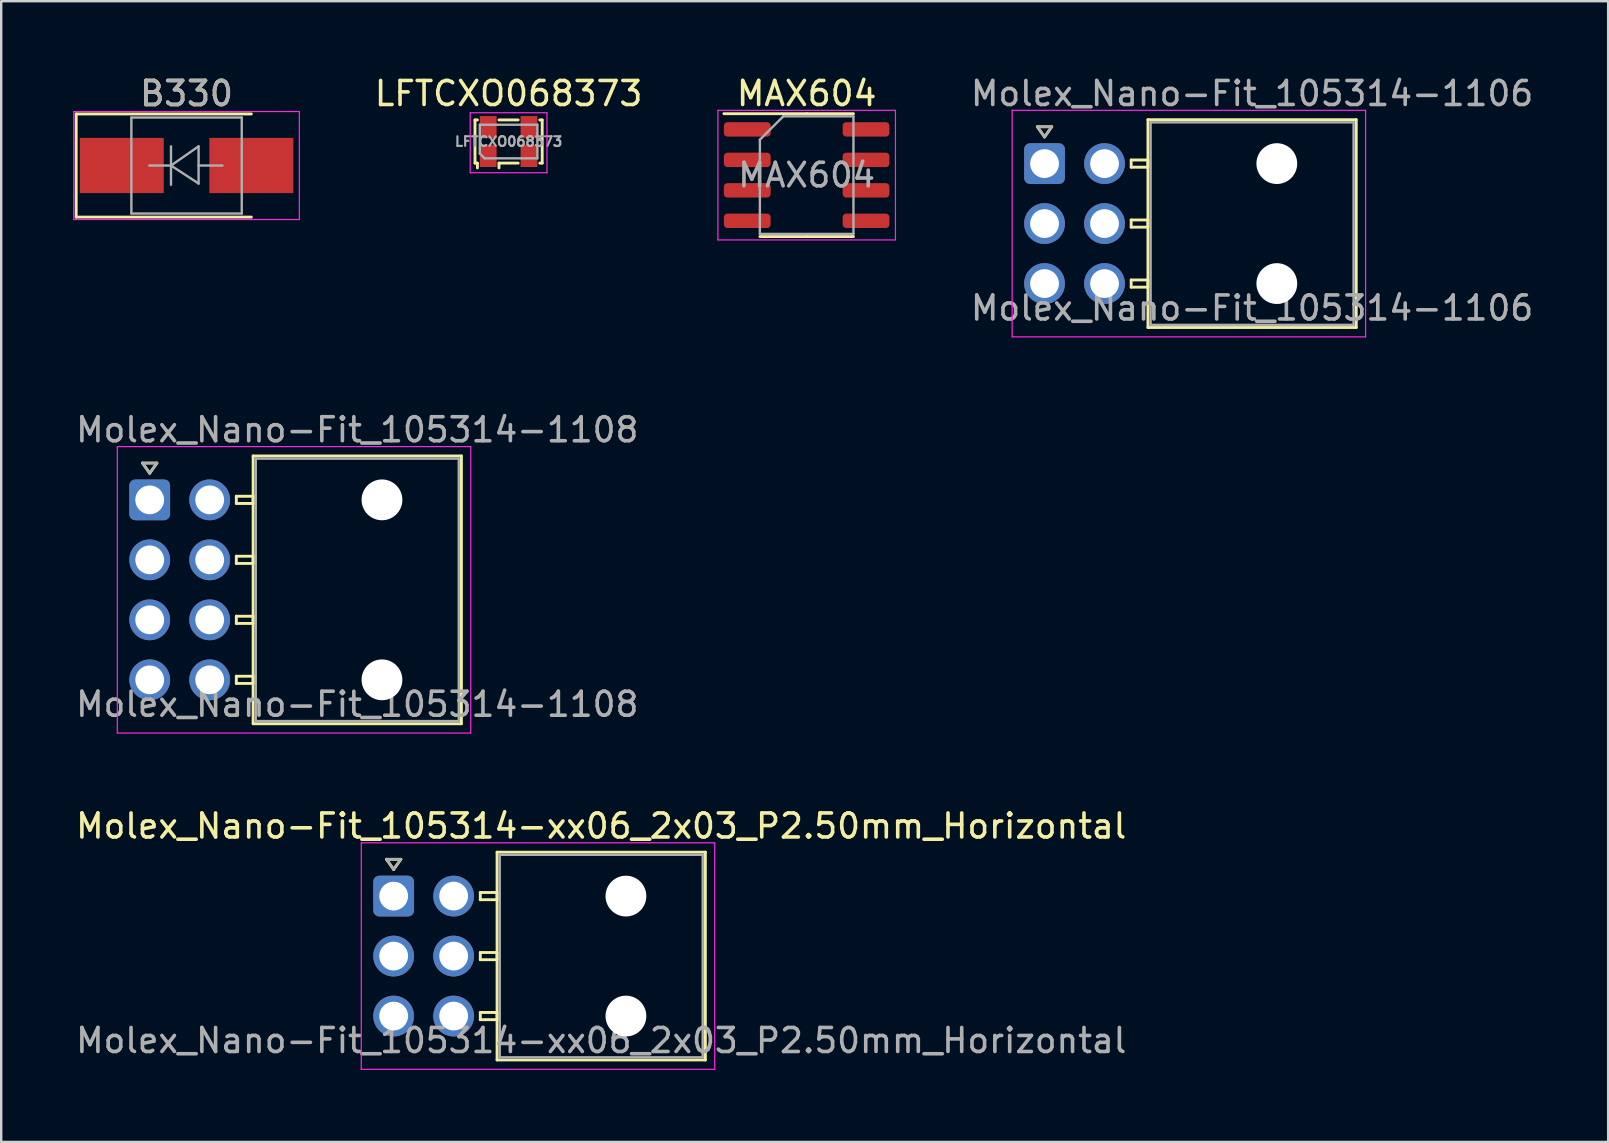
<source format=kicad_pcb>
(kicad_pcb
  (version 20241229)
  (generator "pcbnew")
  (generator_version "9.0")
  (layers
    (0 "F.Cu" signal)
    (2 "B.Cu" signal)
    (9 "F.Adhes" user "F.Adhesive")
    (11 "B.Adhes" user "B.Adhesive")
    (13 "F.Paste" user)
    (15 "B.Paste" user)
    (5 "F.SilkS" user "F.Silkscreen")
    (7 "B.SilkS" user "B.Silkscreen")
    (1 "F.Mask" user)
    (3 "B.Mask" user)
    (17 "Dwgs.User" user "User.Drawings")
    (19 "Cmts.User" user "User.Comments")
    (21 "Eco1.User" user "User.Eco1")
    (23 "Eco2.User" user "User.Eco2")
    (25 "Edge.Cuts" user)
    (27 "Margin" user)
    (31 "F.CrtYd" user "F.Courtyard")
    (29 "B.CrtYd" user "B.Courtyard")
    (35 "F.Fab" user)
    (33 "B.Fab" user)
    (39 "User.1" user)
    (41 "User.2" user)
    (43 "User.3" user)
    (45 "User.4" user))
  (footprint "Molex_Nano-Fit_105314-1108"
    (layer "F.Cu")
    (at 3.189 17.782)
    (property "Reference" "Molex_Nano-Fit_105314-1108" (at 8.65 -2.92 0) (layer "F.Fab") (effects (font (size 1 1) (thickness 0.15))))
    (attr through_hole)
    (fp_line (start -0.3 -1.534) (end 0 -1.11) (stroke (width 0.12) (type solid)) (layer "F.SilkS"))
    (fp_line (start 0 -1.11) (end 0.3 -1.534) (stroke (width 0.12) (type solid)) (layer "F.SilkS"))
    (fp_line (start 0.3 -1.534) (end -0.3 -1.534) (stroke (width 0.12) (type solid)) (layer "F.SilkS"))
    (fp_line (start 3.61 -0.15) (end 3.61 0.15) (stroke (width 0.12) (type solid)) (layer "F.SilkS"))
    (fp_line (start 3.61 0.15) (end 4.31 0.15) (stroke (width 0.12) (type solid)) (layer "F.SilkS"))
    (fp_line (start 3.61 2.35) (end 3.61 2.65) (stroke (width 0.12) (type solid)) (layer "F.SilkS"))
    (fp_line (start 3.61 2.65) (end 4.31 2.65) (stroke (width 0.12) (type solid)) (layer "F.SilkS"))
    (fp_line (start 3.61 4.85) (end 3.61 5.15) (stroke (width 0.12) (type solid)) (layer "F.SilkS"))
    (fp_line (start 3.61 5.15) (end 4.31 5.15) (stroke (width 0.12) (type solid)) (layer "F.SilkS"))
    (fp_line (start 3.61 7.35) (end 3.61 7.65) (stroke (width 0.12) (type solid)) (layer "F.SilkS"))
    (fp_line (start 3.61 7.65) (end 4.31 7.65) (stroke (width 0.12) (type solid)) (layer "F.SilkS"))
    (fp_line (start 4.31 -1.83) (end 4.31 9.33) (stroke (width 0.12) (type solid)) (layer "F.SilkS"))
    (fp_line (start 4.31 -0.15) (end 3.61 -0.15) (stroke (width 0.12) (type solid)) (layer "F.SilkS"))
    (fp_line (start 4.31 0.15) (end 4.31 -0.15) (stroke (width 0.12) (type solid)) (layer "F.SilkS"))
    (fp_line (start 4.31 2.35) (end 3.61 2.35) (stroke (width 0.12) (type solid)) (layer "F.SilkS"))
    (fp_line (start 4.31 2.65) (end 4.31 2.35) (stroke (width 0.12) (type solid)) (layer "F.SilkS"))
    (fp_line (start 4.31 4.85) (end 3.61 4.85) (stroke (width 0.12) (type solid)) (layer "F.SilkS"))
    (fp_line (start 4.31 5.15) (end 4.31 4.85) (stroke (width 0.12) (type solid)) (layer "F.SilkS"))
    (fp_line (start 4.31 7.35) (end 3.61 7.35) (stroke (width 0.12) (type solid)) (layer "F.SilkS"))
    (fp_line (start 4.31 7.65) (end 4.31 7.35) (stroke (width 0.12) (type solid)) (layer "F.SilkS"))
    (fp_line (start 4.31 9.33) (end 12.99 9.33) (stroke (width 0.12) (type solid)) (layer "F.SilkS"))
    (fp_line (start 12.99 -1.83) (end 4.31 -1.83) (stroke (width 0.12) (type solid)) (layer "F.SilkS"))
    (fp_line (start 12.99 9.33) (end 12.99 -1.83) (stroke (width 0.12) (type solid)) (layer "F.SilkS"))
    (fp_line (start -1.35 -2.22) (end -1.35 9.72) (stroke (width 0.05) (type solid)) (layer "F.CrtYd"))
    (fp_line (start -1.35 9.72) (end 13.38 9.72) (stroke (width 0.05) (type solid)) (layer "F.CrtYd"))
    (fp_line (start 13.38 -2.22) (end -1.35 -2.22) (stroke (width 0.05) (type solid)) (layer "F.CrtYd"))
    (fp_line (start 13.38 9.72) (end 13.38 -2.22) (stroke (width 0.05) (type solid)) (layer "F.CrtYd"))
    (fp_line (start -0.3 -1.534) (end 0 -1.11) (stroke (width 0.1) (type solid)) (layer "F.Fab"))
    (fp_line (start 0 -1.11) (end 0.3 -1.534) (stroke (width 0.1) (type solid)) (layer "F.Fab"))
    (fp_line (start 0.3 -1.534) (end -0.3 -1.534) (stroke (width 0.1) (type solid)) (layer "F.Fab"))
    (fp_line (start 4.42 -1.72) (end 4.42 9.22) (stroke (width 0.1) (type solid)) (layer "F.Fab"))
    (fp_line (start 4.42 9.22) (end 12.88 9.22) (stroke (width 0.1) (type solid)) (layer "F.Fab"))
    (fp_line (start 12.88 -1.72) (end 4.42 -1.72) (stroke (width 0.1) (type solid)) (layer "F.Fab"))
    (fp_line (start 12.88 9.22) (end 12.88 -1.72) (stroke (width 0.1) (type solid)) (layer "F.Fab"))
    (fp_text user "${REFERENCE}" (at 8.65 8.52 0) (layer "F.Fab") (effects (font (size 1 1) (thickness 0.15))))
    (pad "" np_thru_hole circle (at 9.68 0) (size 1.7 1.7) (drill 1.7) (layers "*.Cu" "*.Mask"))
    (pad "" np_thru_hole circle (at 9.68 7.5) (size 1.7 1.7) (drill 1.7) (layers "*.Cu" "*.Mask"))
    (pad "1" thru_hole roundrect (at 0 0) (size 1.7 1.7) (drill 1.2) (layers "*.Cu" "*.Mask") (roundrect_rratio 0.147))
    (pad "2" thru_hole circle (at 2.5 0) (size 1.7 1.7) (drill 1.2) (layers "*.Cu" "*.Mask"))
    (pad "3" thru_hole circle (at 0 2.5) (size 1.7 1.7) (drill 1.2) (layers "*.Cu" "*.Mask"))
    (pad "4" thru_hole circle (at 2.5 2.5) (size 1.7 1.7) (drill 1.2) (layers "*.Cu" "*.Mask"))
    (pad "5" thru_hole circle (at 0 5) (size 1.7 1.7) (drill 1.2) (layers "*.Cu" "*.Mask"))
    (pad "6" thru_hole circle (at 2.5 5) (size 1.7 1.7) (drill 1.2) (layers "*.Cu" "*.Mask"))
    (pad "7" thru_hole circle (at 0 7.5) (size 1.7 1.7) (drill 1.2) (layers "*.Cu" "*.Mask"))
    (pad "8" thru_hole circle (at 2.5 7.5) (size 1.7 1.7) (drill 1.2) (layers "*.Cu" "*.Mask")))
  (footprint "B330"
    (layer "F.Cu")
    (at 4.725 3.848)
    (property "Reference" "B330" (at 0 -3 0) (layer "F.SilkS") (effects (font (size 1 1) (thickness 0.15))))
    (attr smd)
    (fp_line (start -4.6 -2.15) (end -4.6 2.15) (stroke (width 0.12) (type solid)) (layer "F.SilkS"))
    (fp_line (start -4.6 -2.15) (end 2.7 -2.15) (stroke (width 0.12) (type solid)) (layer "F.SilkS"))
    (fp_line (start -4.6 2.15) (end 2.7 2.15) (stroke (width 0.12) (type solid)) (layer "F.SilkS"))
    (fp_line (start -4.7 -2.25) (end 4.7 -2.25) (stroke (width 0.05) (type solid)) (layer "F.CrtYd"))
    (fp_line (start -4.7 2.25) (end -4.7 -2.25) (stroke (width 0.05) (type solid)) (layer "F.CrtYd"))
    (fp_line (start 4.7 -2.25) (end 4.7 2.25) (stroke (width 0.05) (type solid)) (layer "F.CrtYd"))
    (fp_line (start 4.7 2.25) (end -4.7 2.25) (stroke (width 0.05) (type solid)) (layer "F.CrtYd"))
    (fp_line (start -2.3 2) (end -2.3 -2) (stroke (width 0.1) (type solid)) (layer "F.Fab"))
    (fp_line (start -0.649 -0.799) (end -0.649 0.801) (stroke (width 0.1) (type solid)) (layer "F.Fab"))
    (fp_line (start -0.649 0.001) (end -1.551 0.001) (stroke (width 0.1) (type solid)) (layer "F.Fab"))
    (fp_line (start -0.649 0.001) (end 0.501 -0.799) (stroke (width 0.1) (type solid)) (layer "F.Fab"))
    (fp_line (start -0.649 0.001) (end 0.501 0.75) (stroke (width 0.1) (type solid)) (layer "F.Fab"))
    (fp_line (start 0.501 0.001) (end 1.499 0.001) (stroke (width 0.1) (type solid)) (layer "F.Fab"))
    (fp_line (start 0.501 0.75) (end 0.501 -0.799) (stroke (width 0.1) (type solid)) (layer "F.Fab"))
    (fp_line (start 2.3 -2) (end -2.3 -2) (stroke (width 0.1) (type solid)) (layer "F.Fab"))
    (fp_line (start 2.3 -2) (end 2.3 2) (stroke (width 0.1) (type solid)) (layer "F.Fab"))
    (fp_line (start 2.3 2) (end -2.3 2) (stroke (width 0.1) (type solid)) (layer "F.Fab"))
    (fp_text user "${REFERENCE}" (at 0 -3 0) (layer "F.Fab") (effects (font (size 1 1) (thickness 0.15))))
    (pad "1" smd rect (at -2.7 0) (size 3.5 2.3) (layers "F.Cu" "F.Mask" "F.Paste"))
    (pad "2" smd rect (at 2.7 0) (size 3.5 2.3) (layers "F.Cu" "F.Mask" "F.Paste")))
  (footprint "Molex_Nano-Fit_105314-xx06_2x03_P2.50mm_Horizontal"
    (layer "F.Cu")
    (at 13.356 34.295)
    (property "Reference" "Molex_Nano-Fit_105314-xx06_2x03_P2.50mm_Horizontal" (at 8.65 -2.92 0) (layer "F.SilkS") (effects (font (size 1 1) (thickness 0.15))))
    (attr through_hole)
    (fp_line (start -0.3 -1.534) (end 0 -1.11) (stroke (width 0.12) (type solid)) (layer "F.SilkS"))
    (fp_line (start 0 -1.11) (end 0.3 -1.534) (stroke (width 0.12) (type solid)) (layer "F.SilkS"))
    (fp_line (start 0.3 -1.534) (end -0.3 -1.534) (stroke (width 0.12) (type solid)) (layer "F.SilkS"))
    (fp_line (start 3.61 -0.15) (end 3.61 0.15) (stroke (width 0.12) (type solid)) (layer "F.SilkS"))
    (fp_line (start 3.61 0.15) (end 4.31 0.15) (stroke (width 0.12) (type solid)) (layer "F.SilkS"))
    (fp_line (start 3.61 2.35) (end 3.61 2.65) (stroke (width 0.12) (type solid)) (layer "F.SilkS"))
    (fp_line (start 3.61 2.65) (end 4.31 2.65) (stroke (width 0.12) (type solid)) (layer "F.SilkS"))
    (fp_line (start 3.61 4.85) (end 3.61 5.15) (stroke (width 0.12) (type solid)) (layer "F.SilkS"))
    (fp_line (start 3.61 5.15) (end 4.31 5.15) (stroke (width 0.12) (type solid)) (layer "F.SilkS"))
    (fp_line (start 4.31 -1.83) (end 4.31 6.83) (stroke (width 0.12) (type solid)) (layer "F.SilkS"))
    (fp_line (start 4.31 -0.15) (end 3.61 -0.15) (stroke (width 0.12) (type solid)) (layer "F.SilkS"))
    (fp_line (start 4.31 0.15) (end 4.31 -0.15) (stroke (width 0.12) (type solid)) (layer "F.SilkS"))
    (fp_line (start 4.31 2.35) (end 3.61 2.35) (stroke (width 0.12) (type solid)) (layer "F.SilkS"))
    (fp_line (start 4.31 2.65) (end 4.31 2.35) (stroke (width 0.12) (type solid)) (layer "F.SilkS"))
    (fp_line (start 4.31 4.85) (end 3.61 4.85) (stroke (width 0.12) (type solid)) (layer "F.SilkS"))
    (fp_line (start 4.31 5.15) (end 4.31 4.85) (stroke (width 0.12) (type solid)) (layer "F.SilkS"))
    (fp_line (start 4.31 6.83) (end 12.99 6.83) (stroke (width 0.12) (type solid)) (layer "F.SilkS"))
    (fp_line (start 12.99 -1.83) (end 4.31 -1.83) (stroke (width 0.12) (type solid)) (layer "F.SilkS"))
    (fp_line (start 12.99 6.83) (end 12.99 -1.83) (stroke (width 0.12) (type solid)) (layer "F.SilkS"))
    (fp_line (start -1.35 -2.22) (end -1.35 7.22) (stroke (width 0.05) (type solid)) (layer "F.CrtYd"))
    (fp_line (start -1.35 7.22) (end 13.38 7.22) (stroke (width 0.05) (type solid)) (layer "F.CrtYd"))
    (fp_line (start 13.38 -2.22) (end -1.35 -2.22) (stroke (width 0.05) (type solid)) (layer "F.CrtYd"))
    (fp_line (start 13.38 7.22) (end 13.38 -2.22) (stroke (width 0.05) (type solid)) (layer "F.CrtYd"))
    (fp_line (start -0.3 -1.534) (end 0 -1.11) (stroke (width 0.1) (type solid)) (layer "F.Fab"))
    (fp_line (start 0 -1.11) (end 0.3 -1.534) (stroke (width 0.1) (type solid)) (layer "F.Fab"))
    (fp_line (start 0.3 -1.534) (end -0.3 -1.534) (stroke (width 0.1) (type solid)) (layer "F.Fab"))
    (fp_line (start 4.42 -1.72) (end 4.42 6.72) (stroke (width 0.1) (type solid)) (layer "F.Fab"))
    (fp_line (start 4.42 6.72) (end 12.88 6.72) (stroke (width 0.1) (type solid)) (layer "F.Fab"))
    (fp_line (start 12.88 -1.72) (end 4.42 -1.72) (stroke (width 0.1) (type solid)) (layer "F.Fab"))
    (fp_line (start 12.88 6.72) (end 12.88 -1.72) (stroke (width 0.1) (type solid)) (layer "F.Fab"))
    (fp_text user "${REFERENCE}" (at 8.65 6.02 0) (layer "F.Fab") (effects (font (size 1 1) (thickness 0.15))))
    (pad "" np_thru_hole circle (at 9.68 0) (size 1.7 1.7) (drill 1.7) (layers "*.Cu" "*.Mask"))
    (pad "" np_thru_hole circle (at 9.68 5) (size 1.7 1.7) (drill 1.7) (layers "*.Cu" "*.Mask"))
    (pad "1" thru_hole roundrect (at 0 0) (size 1.7 1.7) (drill 1.2) (layers "*.Cu" "*.Mask") (roundrect_rratio 0.147))
    (pad "2" thru_hole circle (at 2.5 0) (size 1.7 1.7) (drill 1.2) (layers "*.Cu" "*.Mask"))
    (pad "3" thru_hole circle (at 0 2.5) (size 1.7 1.7) (drill 1.2) (layers "*.Cu" "*.Mask"))
    (pad "4" thru_hole circle (at 2.5 2.5) (size 1.7 1.7) (drill 1.2) (layers "*.Cu" "*.Mask"))
    (pad "5" thru_hole circle (at 0 5) (size 1.7 1.7) (drill 1.2) (layers "*.Cu" "*.Mask"))
    (pad "6" thru_hole circle (at 2.5 5) (size 1.7 1.7) (drill 1.2) (layers "*.Cu" "*.Mask")))
  (footprint "Molex_Nano-Fit_105314-1106"
    (layer "F.Cu")
    (at 40.482 3.768)
    (property "Reference" "Molex_Nano-Fit_105314-1106" (at 8.65 -2.92 0) (layer "F.Fab") (effects (font (size 1 1) (thickness 0.15))))
    (attr through_hole)
    (fp_line (start -0.3 -1.534) (end 0 -1.11) (stroke (width 0.12) (type solid)) (layer "F.SilkS"))
    (fp_line (start 0 -1.11) (end 0.3 -1.534) (stroke (width 0.12) (type solid)) (layer "F.SilkS"))
    (fp_line (start 0.3 -1.534) (end -0.3 -1.534) (stroke (width 0.12) (type solid)) (layer "F.SilkS"))
    (fp_line (start 3.61 -0.15) (end 3.61 0.15) (stroke (width 0.12) (type solid)) (layer "F.SilkS"))
    (fp_line (start 3.61 0.15) (end 4.31 0.15) (stroke (width 0.12) (type solid)) (layer "F.SilkS"))
    (fp_line (start 3.61 2.35) (end 3.61 2.65) (stroke (width 0.12) (type solid)) (layer "F.SilkS"))
    (fp_line (start 3.61 2.65) (end 4.31 2.65) (stroke (width 0.12) (type solid)) (layer "F.SilkS"))
    (fp_line (start 3.61 4.85) (end 3.61 5.15) (stroke (width 0.12) (type solid)) (layer "F.SilkS"))
    (fp_line (start 3.61 5.15) (end 4.31 5.15) (stroke (width 0.12) (type solid)) (layer "F.SilkS"))
    (fp_line (start 4.31 -1.83) (end 4.31 6.83) (stroke (width 0.12) (type solid)) (layer "F.SilkS"))
    (fp_line (start 4.31 -0.15) (end 3.61 -0.15) (stroke (width 0.12) (type solid)) (layer "F.SilkS"))
    (fp_line (start 4.31 0.15) (end 4.31 -0.15) (stroke (width 0.12) (type solid)) (layer "F.SilkS"))
    (fp_line (start 4.31 2.35) (end 3.61 2.35) (stroke (width 0.12) (type solid)) (layer "F.SilkS"))
    (fp_line (start 4.31 2.65) (end 4.31 2.35) (stroke (width 0.12) (type solid)) (layer "F.SilkS"))
    (fp_line (start 4.31 4.85) (end 3.61 4.85) (stroke (width 0.12) (type solid)) (layer "F.SilkS"))
    (fp_line (start 4.31 5.15) (end 4.31 4.85) (stroke (width 0.12) (type solid)) (layer "F.SilkS"))
    (fp_line (start 4.31 6.83) (end 12.99 6.83) (stroke (width 0.12) (type solid)) (layer "F.SilkS"))
    (fp_line (start 12.99 -1.83) (end 4.31 -1.83) (stroke (width 0.12) (type solid)) (layer "F.SilkS"))
    (fp_line (start 12.99 6.83) (end 12.99 -1.83) (stroke (width 0.12) (type solid)) (layer "F.SilkS"))
    (fp_line (start -1.35 -2.22) (end -1.35 7.22) (stroke (width 0.05) (type solid)) (layer "F.CrtYd"))
    (fp_line (start -1.35 7.22) (end 13.38 7.22) (stroke (width 0.05) (type solid)) (layer "F.CrtYd"))
    (fp_line (start 13.38 -2.22) (end -1.35 -2.22) (stroke (width 0.05) (type solid)) (layer "F.CrtYd"))
    (fp_line (start 13.38 7.22) (end 13.38 -2.22) (stroke (width 0.05) (type solid)) (layer "F.CrtYd"))
    (fp_line (start -0.3 -1.534) (end 0 -1.11) (stroke (width 0.1) (type solid)) (layer "F.Fab"))
    (fp_line (start 0 -1.11) (end 0.3 -1.534) (stroke (width 0.1) (type solid)) (layer "F.Fab"))
    (fp_line (start 0.3 -1.534) (end -0.3 -1.534) (stroke (width 0.1) (type solid)) (layer "F.Fab"))
    (fp_line (start 4.42 -1.72) (end 4.42 6.72) (stroke (width 0.1) (type solid)) (layer "F.Fab"))
    (fp_line (start 4.42 6.72) (end 12.88 6.72) (stroke (width 0.1) (type solid)) (layer "F.Fab"))
    (fp_line (start 12.88 -1.72) (end 4.42 -1.72) (stroke (width 0.1) (type solid)) (layer "F.Fab"))
    (fp_line (start 12.88 6.72) (end 12.88 -1.72) (stroke (width 0.1) (type solid)) (layer "F.Fab"))
    (fp_text user "${REFERENCE}" (at 8.65 6.02 0) (layer "F.Fab") (effects (font (size 1 1) (thickness 0.15))))
    (pad "" np_thru_hole circle (at 9.68 0) (size 1.7 1.7) (drill 1.7) (layers "*.Cu" "*.Mask"))
    (pad "" np_thru_hole circle (at 9.68 5) (size 1.7 1.7) (drill 1.7) (layers "*.Cu" "*.Mask"))
    (pad "1" thru_hole roundrect (at 0 0) (size 1.7 1.7) (drill 1.2) (layers "*.Cu" "*.Mask") (roundrect_rratio 0.147))
    (pad "2" thru_hole circle (at 2.5 0) (size 1.7 1.7) (drill 1.2) (layers "*.Cu" "*.Mask"))
    (pad "3" thru_hole circle (at 0 2.5) (size 1.7 1.7) (drill 1.2) (layers "*.Cu" "*.Mask"))
    (pad "4" thru_hole circle (at 2.5 2.5) (size 1.7 1.7) (drill 1.2) (layers "*.Cu" "*.Mask"))
    (pad "5" thru_hole circle (at 0 5) (size 1.7 1.7) (drill 1.2) (layers "*.Cu" "*.Mask"))
    (pad "6" thru_hole circle (at 2.5 5) (size 1.7 1.7) (drill 1.2) (layers "*.Cu" "*.Mask")))
  (footprint "LFTCXO068373"
    (layer "F.Cu")
    (at 18.146 2.848)
    (property "Reference" "LFTCXO068373" (at 0 -2 0) (layer "F.SilkS") (effects (font (size 1 1) (thickness 0.15))))
    (attr smd)
    (fp_line (start -1.4 -0.9) (end -1.3 -0.9) (stroke (width 0.12) (type solid)) (layer "F.SilkS"))
    (fp_line (start -1.4 0.9) (end -1.4 -0.9) (stroke (width 0.12) (type solid)) (layer "F.SilkS"))
    (fp_line (start -1.4 0.9) (end -1.3 0.9) (stroke (width 0.12) (type solid)) (layer "F.SilkS"))
    (fp_line (start -1.3 0.9) (end -1.3 1.1) (stroke (width 0.12) (type solid)) (layer "F.SilkS"))
    (fp_line (start -0.4 -0.9) (end 0.4 -0.9) (stroke (width 0.12) (type solid)) (layer "F.SilkS"))
    (fp_line (start -0.4 0.9) (end -0.4 1.1) (stroke (width 0.12) (type solid)) (layer "F.SilkS"))
    (fp_line (start -0.4 0.9) (end 0.4 0.9) (stroke (width 0.12) (type solid)) (layer "F.SilkS"))
    (fp_line (start 1.3 -0.9) (end 1.4 -0.9) (stroke (width 0.12) (type solid)) (layer "F.SilkS"))
    (fp_line (start 1.3 0.9) (end 1.4 0.9) (stroke (width 0.12) (type solid)) (layer "F.SilkS"))
    (fp_line (start 1.4 0.9) (end 1.4 -0.9) (stroke (width 0.12) (type solid)) (layer "F.SilkS"))
    (fp_line (start -1.6 -1.2) (end -1.6 1.3) (stroke (width 0.05) (type solid)) (layer "F.CrtYd"))
    (fp_line (start -1.6 1.3) (end 1.6 1.3) (stroke (width 0.05) (type solid)) (layer "F.CrtYd"))
    (fp_line (start 1.6 -1.2) (end -1.6 -1.2) (stroke (width 0.05) (type solid)) (layer "F.CrtYd"))
    (fp_line (start 1.6 1.3) (end 1.6 -1.2) (stroke (width 0.05) (type solid)) (layer "F.CrtYd"))
    (fp_line (start -1.2 -0.7) (end 1.2 -0.7) (stroke (width 0.1) (type solid)) (layer "F.Fab"))
    (fp_line (start -1.2 0.5) (end -1.2 -0.7) (stroke (width 0.1) (type solid)) (layer "F.Fab"))
    (fp_line (start -1 0.7) (end -1.2 0.5) (stroke (width 0.1) (type solid)) (layer "F.Fab"))
    (fp_line (start 1.2 -0.7) (end 1.2 0.7) (stroke (width 0.1) (type solid)) (layer "F.Fab"))
    (fp_line (start 1.2 0.7) (end -1 0.7) (stroke (width 0.1) (type solid)) (layer "F.Fab"))
    (fp_text user "${REFERENCE}" (at 0 0 0) (layer "F.Fab") (effects (font (size 0.4 0.4) (thickness 0.09))))
    (pad "1" smd rect (at -0.85 0.6) (size 0.7 0.925) (layers "F.Cu" "F.Mask" "F.Paste"))
    (pad "2" smd rect (at 0.85 0.6) (size 0.7 0.925) (layers "F.Cu" "F.Mask" "F.Paste"))
    (pad "3" smd rect (at 0.85 -0.6) (size 0.7 0.925) (layers "F.Cu" "F.Mask" "F.Paste"))
    (pad "4" smd rect (at -0.85 -0.6) (size 0.7 0.925) (layers "F.Cu" "F.Mask" "F.Paste")))
  (footprint "MAX604"
    (layer "F.Cu")
    (at 30.568 4.248)
    (property "Reference" "MAX604" (at 0 -3.4 0) (layer "F.SilkS") (effects (font (size 1 1) (thickness 0.15))))
    (attr smd)
    (fp_line (start 0 -2.56) (end -3.45 -2.56) (stroke (width 0.12) (type solid)) (layer "F.SilkS"))
    (fp_line (start 0 -2.56) (end 1.95 -2.56) (stroke (width 0.12) (type solid)) (layer "F.SilkS"))
    (fp_line (start 0 2.56) (end -1.95 2.56) (stroke (width 0.12) (type solid)) (layer "F.SilkS"))
    (fp_line (start 0 2.56) (end 1.95 2.56) (stroke (width 0.12) (type solid)) (layer "F.SilkS"))
    (fp_line (start -3.7 -2.7) (end -3.7 2.7) (stroke (width 0.05) (type solid)) (layer "F.CrtYd"))
    (fp_line (start -3.7 2.7) (end 3.7 2.7) (stroke (width 0.05) (type solid)) (layer "F.CrtYd"))
    (fp_line (start 3.7 -2.7) (end -3.7 -2.7) (stroke (width 0.05) (type solid)) (layer "F.CrtYd"))
    (fp_line (start 3.7 2.7) (end 3.7 -2.7) (stroke (width 0.05) (type solid)) (layer "F.CrtYd"))
    (fp_line (start -1.95 -1.475) (end -0.975 -2.45) (stroke (width 0.1) (type solid)) (layer "F.Fab"))
    (fp_line (start -1.95 2.45) (end -1.95 -1.475) (stroke (width 0.1) (type solid)) (layer "F.Fab"))
    (fp_line (start -0.975 -2.45) (end 1.95 -2.45) (stroke (width 0.1) (type solid)) (layer "F.Fab"))
    (fp_line (start 1.95 -2.45) (end 1.95 2.45) (stroke (width 0.1) (type solid)) (layer "F.Fab"))
    (fp_line (start 1.95 2.45) (end -1.95 2.45) (stroke (width 0.1) (type solid)) (layer "F.Fab"))
    (fp_text user "${REFERENCE}" (at 0 0 0) (layer "F.Fab") (effects (font (size 0.98 0.98) (thickness 0.15))))
    (pad "1" smd roundrect (at -2.475 -1.905) (size 1.95 0.6) (layers "F.Cu" "F.Mask" "F.Paste") (roundrect_rratio 0.25))
    (pad "2" smd roundrect (at -2.475 -0.635) (size 1.95 0.6) (layers "F.Cu" "F.Mask" "F.Paste") (roundrect_rratio 0.25))
    (pad "3" smd roundrect (at -2.475 0.635) (size 1.95 0.6) (layers "F.Cu" "F.Mask" "F.Paste") (roundrect_rratio 0.25))
    (pad "4" smd roundrect (at -2.475 1.905) (size 1.95 0.6) (layers "F.Cu" "F.Mask" "F.Paste") (roundrect_rratio 0.25))
    (pad "5" smd roundrect (at 2.475 1.905) (size 1.95 0.6) (layers "F.Cu" "F.Mask" "F.Paste") (roundrect_rratio 0.25))
    (pad "6" smd roundrect (at 2.475 0.635) (size 1.95 0.6) (layers "F.Cu" "F.Mask" "F.Paste") (roundrect_rratio 0.25))
    (pad "7" smd roundrect (at 2.475 -0.635) (size 1.95 0.6) (layers "F.Cu" "F.Mask" "F.Paste") (roundrect_rratio 0.25))
    (pad "8" smd roundrect (at 2.475 -1.905) (size 1.95 0.6) (layers "F.Cu" "F.Mask" "F.Paste") (roundrect_rratio 0.25)))
  (gr_rect
    (start -3 -3)
    (end 63.971 44.54)
    (stroke (width 0.1) (type default))
    (fill no)
    (layer "Edge.Cuts")))
</source>
